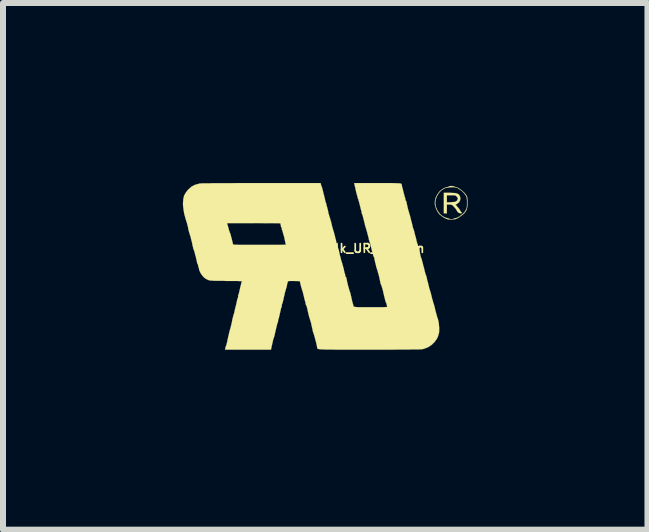
<source format=kicad_pcb>
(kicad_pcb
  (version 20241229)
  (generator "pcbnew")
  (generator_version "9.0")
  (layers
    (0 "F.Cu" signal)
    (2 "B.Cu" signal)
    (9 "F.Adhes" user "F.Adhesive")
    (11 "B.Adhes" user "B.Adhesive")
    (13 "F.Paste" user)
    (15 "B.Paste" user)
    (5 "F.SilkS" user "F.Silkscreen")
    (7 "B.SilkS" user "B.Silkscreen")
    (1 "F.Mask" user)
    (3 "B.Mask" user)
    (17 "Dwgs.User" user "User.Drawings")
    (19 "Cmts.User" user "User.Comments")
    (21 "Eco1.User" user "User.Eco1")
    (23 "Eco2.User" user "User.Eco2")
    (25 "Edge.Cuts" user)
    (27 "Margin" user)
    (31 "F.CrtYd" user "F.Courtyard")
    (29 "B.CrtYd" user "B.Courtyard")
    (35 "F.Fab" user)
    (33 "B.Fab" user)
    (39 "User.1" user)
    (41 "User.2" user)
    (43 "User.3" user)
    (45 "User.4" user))
  (footprint "Logo_silk_UR_5x3mm"
    (layer "F.Cu")
    (at 2.376 1.391)
    (property "Reference" "Logo_silk_UR_5x3mm" (at 0.5 -0.3 0) (layer "F.SilkS") (effects (font (size 0.145 0.145) (thickness 0.028))))
    (attr through_hole)
    (fp_poly (pts (xy 2.276 -0.894) (xy 2.268 -0.886) (xy 2.253 -0.884) (xy 2.233 -0.889) (xy 2.217 -0.897) (xy 2.212 -0.899) (xy 2.197 -0.917) (xy 2.187 -0.937) (xy 2.174 -0.958) (xy 2.154 -0.98) (xy 2.141 -0.996) (xy 2.121 -1.016) (xy 2.103 -1.026) (xy 2.085 -1.031) (xy 2.065 -1.031) (xy 2.024 -1.031) (xy 2.024 -0.958) (xy 2.024 -0.884) (xy 1.999 -0.884) (xy 1.974 -0.884) (xy 1.974 -1.057) (xy 1.974 -1.227) (xy 2.073 -1.227) (xy 2.126 -1.224) (xy 2.169 -1.222) (xy 2.197 -1.214) (xy 2.22 -1.201) (xy 2.233 -1.186) (xy 2.238 -1.179) (xy 2.25 -1.14) (xy 2.245 -1.102) (xy 2.228 -1.069) (xy 2.225 -1.069) (xy 2.207 -1.052) (xy 2.207 -1.123) (xy 2.202 -1.146) (xy 2.189 -1.163) (xy 2.179 -1.173) (xy 2.169 -1.181) (xy 2.151 -1.184) (xy 2.129 -1.186) (xy 2.098 -1.186) (xy 2.024 -1.186) (xy 2.024 -1.128) (xy 2.024 -1.067) (xy 2.088 -1.069) (xy 2.121 -1.072) (xy 2.149 -1.074) (xy 2.169 -1.079) (xy 2.172 -1.079) (xy 2.197 -1.1) (xy 2.207 -1.123) (xy 2.207 -1.052) (xy 2.189 -1.039) (xy 2.182 -1.036) (xy 2.172 -1.034) (xy 2.172 -1.029) (xy 2.177 -1.019) (xy 2.195 -1.001) (xy 2.197 -0.996) (xy 2.22 -0.97) (xy 2.238 -0.945) (xy 2.245 -0.932) (xy 2.256 -0.912) (xy 2.266 -0.902) (xy 2.268 -0.902) (xy 2.276 -0.894)) (stroke (width 0.003) (type solid)) (fill yes) (layer "F.SilkS"))
    (fp_poly (pts (xy 2.367 -1.062) (xy 2.367 -1.008) (xy 2.36 -0.965) (xy 2.36 -0.963) (xy 2.36 -1.054) (xy 2.36 -1.059) (xy 2.36 -1.1) (xy 2.357 -1.128) (xy 2.355 -1.148) (xy 2.349 -1.166) (xy 2.339 -1.181) (xy 2.337 -1.186) (xy 2.314 -1.217) (xy 2.281 -1.252) (xy 2.243 -1.28) (xy 2.207 -1.303) (xy 2.202 -1.306) (xy 2.169 -1.316) (xy 2.126 -1.321) (xy 2.08 -1.318) (xy 2.035 -1.313) (xy 1.996 -1.306) (xy 1.986 -1.3) (xy 1.935 -1.27) (xy 1.892 -1.224) (xy 1.859 -1.171) (xy 1.836 -1.107) (xy 1.831 -1.052) (xy 1.841 -0.993) (xy 1.864 -0.937) (xy 1.9 -0.884) (xy 1.913 -0.869) (xy 1.938 -0.848) (xy 1.968 -0.828) (xy 2.002 -0.813) (xy 2.029 -0.803) (xy 2.035 -0.803) (xy 2.052 -0.8) (xy 2.06 -0.795) (xy 2.07 -0.79) (xy 2.09 -0.787) (xy 2.101 -0.787) (xy 2.123 -0.79) (xy 2.139 -0.792) (xy 2.141 -0.795) (xy 2.151 -0.803) (xy 2.164 -0.803) (xy 2.192 -0.81) (xy 2.225 -0.826) (xy 2.258 -0.851) (xy 2.294 -0.879) (xy 2.322 -0.909) (xy 2.337 -0.935) (xy 2.347 -0.953) (xy 2.355 -0.968) (xy 2.357 -0.988) (xy 2.36 -1.016) (xy 2.36 -1.054) (xy 2.36 -0.963) (xy 2.347 -0.93) (xy 2.324 -0.897) (xy 2.294 -0.866) (xy 2.248 -0.833) (xy 2.238 -0.826) (xy 2.207 -0.805) (xy 2.184 -0.795) (xy 2.164 -0.787) (xy 2.136 -0.785) (xy 2.121 -0.785) (xy 2.088 -0.782) (xy 2.06 -0.782) (xy 2.04 -0.785) (xy 2.012 -0.795) (xy 1.976 -0.813) (xy 1.941 -0.836) (xy 1.91 -0.861) (xy 1.897 -0.871) (xy 1.869 -0.912) (xy 1.844 -0.96) (xy 1.829 -1.013) (xy 1.824 -1.031) (xy 1.824 -1.085) (xy 1.836 -1.14) (xy 1.862 -1.194) (xy 1.897 -1.242) (xy 1.91 -1.257) (xy 1.943 -1.283) (xy 1.976 -1.303) (xy 2.012 -1.318) (xy 2.037 -1.323) (xy 2.052 -1.328) (xy 2.06 -1.331) (xy 2.07 -1.339) (xy 2.09 -1.339) (xy 2.116 -1.339) (xy 2.136 -1.336) (xy 2.144 -1.333) (xy 2.159 -1.326) (xy 2.184 -1.318) (xy 2.189 -1.316) (xy 2.217 -1.306) (xy 2.25 -1.283) (xy 2.283 -1.257) (xy 2.316 -1.227) (xy 2.339 -1.199) (xy 2.349 -1.184) (xy 2.36 -1.163) (xy 2.365 -1.143) (xy 2.367 -1.118) (xy 2.367 -1.082) (xy 2.367 -1.062)) (stroke (width 0.003) (type solid)) (fill yes) (layer "F.SilkS"))
    (fp_poly (pts (xy 1.897 1.029) (xy 1.895 1.102) (xy 1.877 1.166) (xy 1.859 1.206) (xy 1.819 1.262) (xy 1.768 1.311) (xy 1.709 1.349) (xy 1.643 1.374) (xy 1.613 1.382) (xy 1.595 1.382) (xy 1.565 1.384) (xy 1.519 1.384) (xy 1.458 1.384) (xy 1.384 1.387) (xy 1.3 1.387) (xy 1.201 1.387) (xy 1.095 1.389) (xy 0.975 1.389) (xy 0.848 1.389) (xy 0.724 1.389) (xy 0.587 1.389) (xy 0.465 1.389) (xy 0.358 1.389) (xy 0.264 1.389) (xy 0.183 1.389) (xy 0.112 1.387) (xy 0.053 1.387) (xy 0.005 1.387) (xy -0.033 1.384) (xy -0.064 1.384) (xy -0.089 1.382) (xy -0.107 1.379) (xy -0.119 1.377) (xy -0.13 1.374) (xy -0.135 1.372) (xy -0.137 1.367) (xy -0.137 1.364) (xy -0.137 1.359) (xy -0.137 1.356) (xy -0.14 1.344) (xy -0.145 1.316) (xy -0.152 1.283) (xy -0.163 1.242) (xy -0.173 1.204) (xy -0.183 1.166) (xy -0.191 1.138) (xy -0.198 1.118) (xy -0.198 1.115) (xy -0.206 1.095) (xy -0.211 1.082) (xy -0.211 1.079) (xy -0.213 1.067) (xy -0.218 1.041) (xy -0.226 1.008) (xy -0.234 0.973) (xy -0.241 0.937) (xy -0.251 0.909) (xy -0.257 0.886) (xy -0.259 0.881) (xy -0.264 0.864) (xy -0.274 0.833) (xy -0.284 0.792) (xy -0.295 0.744) (xy -0.307 0.688) (xy -0.315 0.663) (xy -0.323 0.645) (xy -0.325 0.64) (xy -0.33 0.635) (xy -0.33 0.627) (xy -0.333 0.607) (xy -0.335 0.599) (xy -0.338 0.587) (xy -0.345 0.564) (xy -0.353 0.531) (xy -0.361 0.495) (xy -0.371 0.457) (xy -0.378 0.424) (xy -0.386 0.401) (xy -0.391 0.391) (xy -0.396 0.378) (xy -0.394 0.373) (xy -0.394 0.366) (xy -0.396 0.363) (xy -0.401 0.356) (xy -0.406 0.335) (xy -0.414 0.307) (xy -0.414 0.305) (xy -0.427 0.246) (xy -0.526 0.244) (xy -0.566 0.244) (xy -0.594 0.244) (xy -0.615 0.246) (xy -0.625 0.254) (xy -0.632 0.269) (xy -0.638 0.295) (xy -0.643 0.32) (xy -0.648 0.345) (xy -0.653 0.366) (xy -0.655 0.368) (xy -0.655 -0.361) (xy -0.665 -0.373) (xy -0.665 -0.378) (xy -0.668 -0.391) (xy -0.673 -0.419) (xy -0.681 -0.452) (xy -0.688 -0.49) (xy -0.699 -0.526) (xy -0.709 -0.561) (xy -0.716 -0.587) (xy -0.721 -0.605) (xy -0.724 -0.607) (xy -0.729 -0.622) (xy -0.726 -0.63) (xy -0.726 -0.64) (xy -0.729 -0.64) (xy -0.734 -0.648) (xy -0.742 -0.665) (xy -0.744 -0.681) (xy -0.752 -0.719) (xy -1.196 -0.721) (xy -1.641 -0.721) (xy -1.618 -0.643) (xy -1.61 -0.61) (xy -1.6 -0.582) (xy -1.595 -0.564) (xy -1.593 -0.559) (xy -1.587 -0.551) (xy -1.582 -0.531) (xy -1.577 -0.511) (xy -1.567 -0.475) (xy -1.557 -0.437) (xy -1.554 -0.422) (xy -1.547 -0.396) (xy -1.542 -0.373) (xy -1.539 -0.366) (xy -1.534 -0.363) (xy -1.524 -0.363) (xy -1.504 -0.361) (xy -1.476 -0.361) (xy -1.438 -0.358) (xy -1.387 -0.358) (xy -1.326 -0.358) (xy -1.25 -0.358) (xy -1.161 -0.358) (xy -1.09 -0.358) (xy -1.008 -0.358) (xy -0.93 -0.358) (xy -0.859 -0.358) (xy -0.798 -0.358) (xy -0.744 -0.358) (xy -0.701 -0.361) (xy -0.673 -0.361) (xy -0.658 -0.361) (xy -0.655 -0.361) (xy -0.655 0.368) (xy -0.658 0.373) (xy -0.66 0.381) (xy -0.665 0.404) (xy -0.676 0.437) (xy -0.683 0.475) (xy -0.691 0.503) (xy -0.699 0.546) (xy -0.709 0.584) (xy -0.716 0.612) (xy -0.724 0.63) (xy -0.724 0.635) (xy -0.729 0.645) (xy -0.729 0.65) (xy -0.726 0.665) (xy -0.729 0.671) (xy -0.734 0.681) (xy -0.742 0.704) (xy -0.749 0.737) (xy -0.757 0.775) (xy -0.759 0.78) (xy -0.767 0.818) (xy -0.775 0.851) (xy -0.782 0.876) (xy -0.787 0.886) (xy -0.787 0.889) (xy -0.79 0.902) (xy -0.79 0.907) (xy -0.79 0.922) (xy -0.792 0.927) (xy -0.798 0.94) (xy -0.805 0.963) (xy -0.813 0.996) (xy -0.823 1.036) (xy -0.828 1.057) (xy -0.838 1.1) (xy -0.846 1.138) (xy -0.853 1.166) (xy -0.859 1.186) (xy -0.861 1.189) (xy -0.866 1.204) (xy -0.874 1.232) (xy -0.881 1.265) (xy -0.884 1.28) (xy -0.892 1.313) (xy -0.899 1.344) (xy -0.904 1.367) (xy -0.904 1.372) (xy -0.909 1.389) (xy -1.293 1.389) (xy -1.674 1.389) (xy -1.669 1.361) (xy -1.664 1.341) (xy -1.659 1.328) (xy -1.656 1.328) (xy -1.654 1.318) (xy -1.648 1.293) (xy -1.638 1.26) (xy -1.631 1.219) (xy -1.621 1.173) (xy -1.61 1.128) (xy -1.603 1.097) (xy -1.598 1.074) (xy -1.593 1.062) (xy -1.593 1.059) (xy -1.59 1.049) (xy -1.582 1.026) (xy -1.575 0.993) (xy -1.565 0.953) (xy -1.56 0.93) (xy -1.552 0.886) (xy -1.542 0.846) (xy -1.534 0.815) (xy -1.529 0.795) (xy -1.527 0.792) (xy -1.521 0.777) (xy -1.516 0.752) (xy -1.509 0.716) (xy -1.499 0.676) (xy -1.494 0.658) (xy -1.483 0.615) (xy -1.476 0.577) (xy -1.468 0.544) (xy -1.46 0.526) (xy -1.46 0.521) (xy -1.455 0.505) (xy -1.455 0.498) (xy -1.458 0.488) (xy -1.455 0.483) (xy -1.45 0.472) (xy -1.443 0.45) (xy -1.435 0.417) (xy -1.427 0.378) (xy -1.425 0.373) (xy -1.417 0.333) (xy -1.407 0.3) (xy -1.402 0.274) (xy -1.397 0.262) (xy -1.392 0.251) (xy -1.394 0.249) (xy -1.405 0.246) (xy -1.427 0.246) (xy -1.463 0.244) (xy -1.509 0.244) (xy -1.562 0.244) (xy -1.623 0.244) (xy -1.646 0.244) (xy -1.709 0.241) (xy -1.77 0.241) (xy -1.824 0.241) (xy -1.872 0.239) (xy -1.908 0.236) (xy -1.93 0.236) (xy -1.933 0.234) (xy -1.976 0.218) (xy -2.019 0.191) (xy -2.055 0.152) (xy -2.085 0.107) (xy -2.106 0.058) (xy -2.108 0.041) (xy -2.113 0.02) (xy -2.118 0.005) (xy -2.121 0.003) (xy -2.123 -0.005) (xy -2.123 -0.015) (xy -2.123 -0.028) (xy -2.126 -0.03) (xy -2.134 -0.038) (xy -2.139 -0.056) (xy -2.139 -0.058) (xy -2.146 -0.089) (xy -2.154 -0.127) (xy -2.164 -0.168) (xy -2.174 -0.203) (xy -2.182 -0.236) (xy -2.189 -0.259) (xy -2.192 -0.269) (xy -2.2 -0.284) (xy -2.205 -0.305) (xy -2.205 -0.307) (xy -2.215 -0.345) (xy -2.223 -0.389) (xy -2.233 -0.429) (xy -2.243 -0.467) (xy -2.25 -0.498) (xy -2.258 -0.518) (xy -2.258 -0.523) (xy -2.263 -0.536) (xy -2.271 -0.564) (xy -2.281 -0.597) (xy -2.289 -0.638) (xy -2.291 -0.65) (xy -2.301 -0.691) (xy -2.311 -0.729) (xy -2.322 -0.762) (xy -2.327 -0.78) (xy -2.329 -0.782) (xy -2.339 -0.82) (xy -2.352 -0.866) (xy -2.362 -0.919) (xy -2.37 -0.975) (xy -2.375 -1.026) (xy -2.375 -1.057) (xy -2.37 -1.123) (xy -2.357 -1.179) (xy -2.329 -1.229) (xy -2.291 -1.278) (xy -2.283 -1.285) (xy -2.23 -1.331) (xy -2.172 -1.361) (xy -2.103 -1.379) (xy -2.101 -1.382) (xy -2.085 -1.382) (xy -2.052 -1.384) (xy -2.007 -1.384) (xy -1.943 -1.384) (xy -1.869 -1.387) (xy -1.778 -1.387) (xy -1.676 -1.387) (xy -1.562 -1.387) (xy -1.433 -1.389) (xy -1.295 -1.389) (xy -1.146 -1.389) (xy -1.067 -1.389) (xy -0.081 -1.389) (xy -0.076 -1.367) (xy -0.069 -1.346) (xy -0.066 -1.336) (xy -0.061 -1.321) (xy -0.058 -1.321) (xy -0.056 -1.306) (xy -0.053 -1.3) (xy -0.051 -1.288) (xy -0.043 -1.262) (xy -0.036 -1.229) (xy -0.025 -1.189) (xy -0.023 -1.181) (xy -0.013 -1.14) (xy -0.005 -1.105) (xy 0 -1.077) (xy 0.008 -1.062) (xy 0.008 -1.059) (xy 0.013 -1.046) (xy 0.018 -1.019) (xy 0.028 -0.986) (xy 0.038 -0.945) (xy 0.041 -0.937) (xy 0.048 -0.897) (xy 0.058 -0.861) (xy 0.066 -0.833) (xy 0.071 -0.818) (xy 0.071 -0.815) (xy 0.076 -0.803) (xy 0.084 -0.775) (xy 0.094 -0.742) (xy 0.104 -0.701) (xy 0.104 -0.699) (xy 0.114 -0.658) (xy 0.124 -0.622) (xy 0.132 -0.597) (xy 0.137 -0.582) (xy 0.137 -0.579) (xy 0.142 -0.566) (xy 0.147 -0.541) (xy 0.157 -0.508) (xy 0.165 -0.472) (xy 0.175 -0.437) (xy 0.18 -0.406) (xy 0.185 -0.386) (xy 0.185 -0.381) (xy 0.188 -0.368) (xy 0.196 -0.348) (xy 0.198 -0.345) (xy 0.203 -0.328) (xy 0.213 -0.3) (xy 0.224 -0.262) (xy 0.234 -0.218) (xy 0.234 -0.213) (xy 0.244 -0.173) (xy 0.254 -0.14) (xy 0.259 -0.112) (xy 0.264 -0.097) (xy 0.269 -0.081) (xy 0.272 -0.076) (xy 0.274 -0.061) (xy 0.277 -0.056) (xy 0.282 -0.043) (xy 0.287 -0.018) (xy 0.297 0.013) (xy 0.305 0.043) (xy 0.312 0.081) (xy 0.32 0.112) (xy 0.328 0.135) (xy 0.33 0.145) (xy 0.333 0.163) (xy 0.333 0.168) (xy 0.338 0.178) (xy 0.34 0.178) (xy 0.348 0.183) (xy 0.348 0.191) (xy 0.351 0.203) (xy 0.356 0.229) (xy 0.363 0.262) (xy 0.371 0.3) (xy 0.381 0.335) (xy 0.391 0.371) (xy 0.399 0.399) (xy 0.404 0.414) (xy 0.404 0.417) (xy 0.409 0.427) (xy 0.417 0.452) (xy 0.424 0.485) (xy 0.434 0.526) (xy 0.437 0.544) (xy 0.447 0.587) (xy 0.457 0.622) (xy 0.465 0.65) (xy 0.47 0.668) (xy 0.472 0.671) (xy 0.478 0.673) (xy 0.493 0.676) (xy 0.516 0.678) (xy 0.551 0.681) (xy 0.597 0.681) (xy 0.658 0.681) (xy 0.732 0.681) (xy 0.757 0.681) (xy 0.831 0.681) (xy 0.892 0.681) (xy 0.937 0.681) (xy 0.973 0.681) (xy 0.996 0.678) (xy 1.013 0.678) (xy 1.024 0.676) (xy 1.029 0.673) (xy 1.029 0.668) (xy 1.024 0.65) (xy 1.019 0.63) (xy 1.013 0.61) (xy 1.006 0.597) (xy 1.003 0.587) (xy 0.996 0.564) (xy 0.988 0.531) (xy 0.978 0.49) (xy 0.975 0.478) (xy 0.965 0.437) (xy 0.958 0.401) (xy 0.95 0.373) (xy 0.945 0.358) (xy 0.945 0.356) (xy 0.94 0.34) (xy 0.937 0.335) (xy 0.935 0.323) (xy 0.927 0.305) (xy 0.919 0.287) (xy 0.917 0.274) (xy 0.914 0.262) (xy 0.909 0.236) (xy 0.902 0.203) (xy 0.894 0.168) (xy 0.886 0.135) (xy 0.876 0.104) (xy 0.871 0.084) (xy 0.869 0.076) (xy 0.864 0.061) (xy 0.856 0.036) (xy 0.846 0.003) (xy 0.838 -0.033) (xy 0.828 -0.071) (xy 0.82 -0.107) (xy 0.815 -0.132) (xy 0.813 -0.147) (xy 0.813 -0.15) (xy 0.808 -0.16) (xy 0.805 -0.16) (xy 0.8 -0.168) (xy 0.795 -0.188) (xy 0.79 -0.208) (xy 0.772 -0.274) (xy 0.759 -0.328) (xy 0.749 -0.368) (xy 0.742 -0.394) (xy 0.739 -0.401) (xy 0.734 -0.414) (xy 0.726 -0.442) (xy 0.719 -0.475) (xy 0.709 -0.516) (xy 0.706 -0.523) (xy 0.696 -0.564) (xy 0.686 -0.599) (xy 0.678 -0.627) (xy 0.673 -0.643) (xy 0.673 -0.645) (xy 0.668 -0.658) (xy 0.66 -0.686) (xy 0.653 -0.719) (xy 0.643 -0.759) (xy 0.64 -0.767) (xy 0.63 -0.808) (xy 0.622 -0.841) (xy 0.612 -0.869) (xy 0.607 -0.881) (xy 0.602 -0.897) (xy 0.602 -0.904) (xy 0.602 -0.919) (xy 0.599 -0.922) (xy 0.597 -0.932) (xy 0.589 -0.955) (xy 0.582 -0.988) (xy 0.572 -1.024) (xy 0.564 -1.059) (xy 0.554 -1.092) (xy 0.549 -1.115) (xy 0.544 -1.125) (xy 0.538 -1.138) (xy 0.538 -1.14) (xy 0.536 -1.156) (xy 0.533 -1.161) (xy 0.531 -1.173) (xy 0.523 -1.196) (xy 0.516 -1.229) (xy 0.505 -1.267) (xy 0.498 -1.308) (xy 0.488 -1.344) (xy 0.483 -1.372) (xy 0.478 -1.389) (xy 0.866 -1.389) (xy 0.955 -1.389) (xy 1.031 -1.389) (xy 1.095 -1.389) (xy 1.146 -1.387) (xy 1.184 -1.387) (xy 1.214 -1.384) (xy 1.234 -1.384) (xy 1.25 -1.382) (xy 1.26 -1.379) (xy 1.265 -1.377) (xy 1.273 -1.361) (xy 1.275 -1.354) (xy 1.275 -1.339) (xy 1.278 -1.331) (xy 1.28 -1.318) (xy 1.288 -1.295) (xy 1.295 -1.262) (xy 1.303 -1.229) (xy 1.313 -1.194) (xy 1.321 -1.163) (xy 1.328 -1.14) (xy 1.331 -1.133) (xy 1.333 -1.118) (xy 1.333 -1.11) (xy 1.336 -1.097) (xy 1.339 -1.097) (xy 1.346 -1.09) (xy 1.349 -1.085) (xy 1.351 -1.069) (xy 1.356 -1.044) (xy 1.364 -1.011) (xy 1.372 -0.973) (xy 1.382 -0.935) (xy 1.392 -0.902) (xy 1.4 -0.874) (xy 1.405 -0.859) (xy 1.405 -0.856) (xy 1.41 -0.843) (xy 1.417 -0.815) (xy 1.425 -0.782) (xy 1.435 -0.742) (xy 1.438 -0.734) (xy 1.448 -0.693) (xy 1.455 -0.658) (xy 1.463 -0.632) (xy 1.468 -0.617) (xy 1.471 -0.617) (xy 1.473 -0.605) (xy 1.481 -0.579) (xy 1.488 -0.546) (xy 1.499 -0.505) (xy 1.504 -0.49) (xy 1.514 -0.45) (xy 1.521 -0.414) (xy 1.529 -0.389) (xy 1.534 -0.373) (xy 1.539 -0.363) (xy 1.544 -0.343) (xy 1.552 -0.315) (xy 1.562 -0.279) (xy 1.57 -0.246) (xy 1.577 -0.216) (xy 1.582 -0.191) (xy 1.585 -0.178) (xy 1.587 -0.165) (xy 1.595 -0.145) (xy 1.595 -0.142) (xy 1.603 -0.124) (xy 1.61 -0.097) (xy 1.621 -0.058) (xy 1.631 -0.015) (xy 1.636 0.003) (xy 1.648 0.046) (xy 1.656 0.086) (xy 1.666 0.117) (xy 1.671 0.137) (xy 1.674 0.142) (xy 1.679 0.155) (xy 1.687 0.18) (xy 1.694 0.216) (xy 1.704 0.257) (xy 1.707 0.264) (xy 1.717 0.305) (xy 1.725 0.34) (xy 1.732 0.368) (xy 1.737 0.384) (xy 1.74 0.386) (xy 1.742 0.399) (xy 1.75 0.424) (xy 1.76 0.46) (xy 1.77 0.5) (xy 1.77 0.503) (xy 1.781 0.544) (xy 1.791 0.579) (xy 1.798 0.605) (xy 1.803 0.62) (xy 1.808 0.635) (xy 1.816 0.66) (xy 1.824 0.696) (xy 1.834 0.737) (xy 1.836 0.747) (xy 1.847 0.787) (xy 1.857 0.823) (xy 1.864 0.848) (xy 1.869 0.864) (xy 1.869 0.866) (xy 1.875 0.876) (xy 1.88 0.899) (xy 1.887 0.932) (xy 1.89 0.95) (xy 1.897 1.029)) (stroke (width 0.003) (type solid)) (fill yes) (layer "F.SilkS")))
  (gr_rect
    (start -3 -3)
    (end 7.745 5.781)
    (stroke (width 0.1) (type default))
    (fill no)
    (layer "Edge.Cuts")))
</source>
